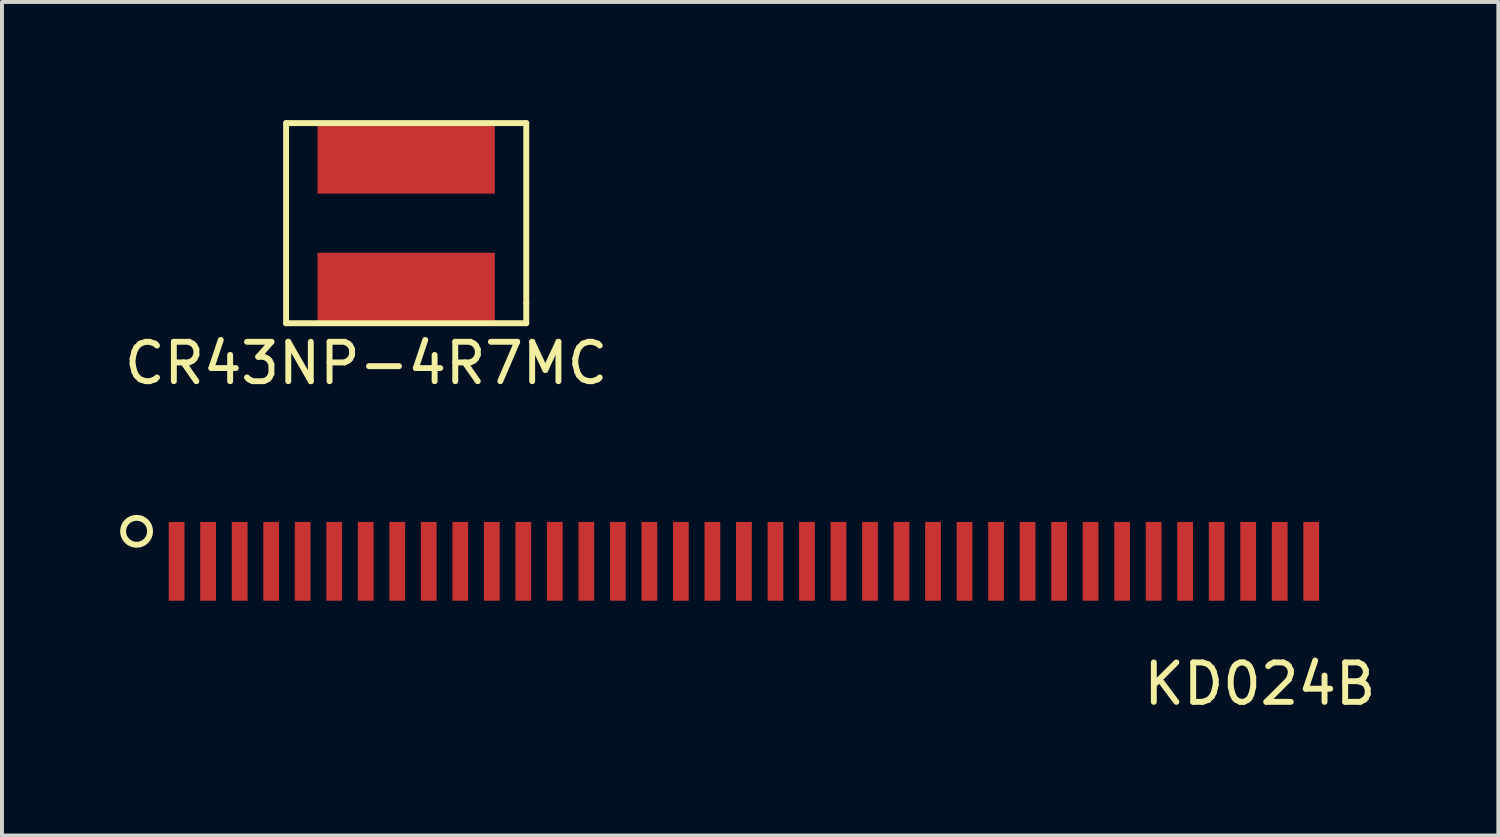
<source format=kicad_pcb>
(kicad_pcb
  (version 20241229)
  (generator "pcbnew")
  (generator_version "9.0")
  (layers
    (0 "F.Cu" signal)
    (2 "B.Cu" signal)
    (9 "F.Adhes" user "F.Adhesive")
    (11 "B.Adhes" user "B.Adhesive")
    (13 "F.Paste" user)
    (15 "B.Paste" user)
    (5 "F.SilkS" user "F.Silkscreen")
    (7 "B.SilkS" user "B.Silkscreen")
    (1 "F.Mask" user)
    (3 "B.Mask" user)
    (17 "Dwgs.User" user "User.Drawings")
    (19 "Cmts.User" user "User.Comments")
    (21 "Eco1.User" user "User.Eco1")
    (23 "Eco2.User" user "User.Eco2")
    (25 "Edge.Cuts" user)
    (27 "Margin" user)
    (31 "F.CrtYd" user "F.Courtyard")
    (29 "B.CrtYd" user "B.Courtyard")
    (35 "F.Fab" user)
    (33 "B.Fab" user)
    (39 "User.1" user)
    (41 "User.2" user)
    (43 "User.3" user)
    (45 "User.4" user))
  (footprint "KD024B"
    (layer "F.Cu")
    (at 15.403 11.135)
    (property "Reference" "KD024B" (at 13.525 3.175 0) (layer "F.SilkS") (effects (font (size 1 1) (thickness 0.15))))
    (attr through_hole)
    (fp_circle (center -14.986 -0.699) (end -14.668 -0.826) (stroke (width 0.15) (type solid)) (fill no) (layer "F.SilkS"))
    (pad "1" smd rect (at -13.97 0.064) (size 0.4 2) (layers "F.Cu" "F.Mask" "F.Paste"))
    (pad "2" smd rect (at -13.17 0.064) (size 0.4 2) (layers "F.Cu" "F.Mask" "F.Paste"))
    (pad "3" smd rect (at -12.37 0.064) (size 0.4 2) (layers "F.Cu" "F.Mask" "F.Paste"))
    (pad "4" smd rect (at -11.57 0.064) (size 0.4 2) (layers "F.Cu" "F.Mask" "F.Paste"))
    (pad "5" smd rect (at -10.77 0.064) (size 0.4 2) (layers "F.Cu" "F.Mask" "F.Paste"))
    (pad "6" smd rect (at -9.97 0.064) (size 0.4 2) (layers "F.Cu" "F.Mask" "F.Paste"))
    (pad "7" smd rect (at -9.17 0.064) (size 0.4 2) (layers "F.Cu" "F.Mask" "F.Paste"))
    (pad "8" smd rect (at -8.37 0.064) (size 0.4 2) (layers "F.Cu" "F.Mask" "F.Paste"))
    (pad "9" smd rect (at -7.57 0.064) (size 0.4 2) (layers "F.Cu" "F.Mask" "F.Paste"))
    (pad "10" smd rect (at -6.77 0.064) (size 0.4 2) (layers "F.Cu" "F.Mask" "F.Paste"))
    (pad "11" smd rect (at -5.97 0.064) (size 0.4 2) (layers "F.Cu" "F.Mask" "F.Paste"))
    (pad "12" smd rect (at -5.17 0.064) (size 0.4 2) (layers "F.Cu" "F.Mask" "F.Paste"))
    (pad "13" smd rect (at -4.37 0.064) (size 0.4 2) (layers "F.Cu" "F.Mask" "F.Paste"))
    (pad "14" smd rect (at -3.57 0.064) (size 0.4 2) (layers "F.Cu" "F.Mask" "F.Paste"))
    (pad "15" smd rect (at -2.77 0.064) (size 0.4 2) (layers "F.Cu" "F.Mask" "F.Paste"))
    (pad "16" smd rect (at -1.97 0.064) (size 0.4 2) (layers "F.Cu" "F.Mask" "F.Paste"))
    (pad "17" smd rect (at -1.17 0.064) (size 0.4 2) (layers "F.Cu" "F.Mask" "F.Paste"))
    (pad "18" smd rect (at -0.37 0.064) (size 0.4 2) (layers "F.Cu" "F.Mask" "F.Paste"))
    (pad "19" smd rect (at 0.43 0.064) (size 0.4 2) (layers "F.Cu" "F.Mask" "F.Paste"))
    (pad "20" smd rect (at 1.23 0.064) (size 0.4 2) (layers "F.Cu" "F.Mask" "F.Paste"))
    (pad "21" smd rect (at 2.03 0.064) (size 0.4 2) (layers "F.Cu" "F.Mask" "F.Paste"))
    (pad "22" smd rect (at 2.83 0.064) (size 0.4 2) (layers "F.Cu" "F.Mask" "F.Paste"))
    (pad "23" smd rect (at 3.63 0.064) (size 0.4 2) (layers "F.Cu" "F.Mask" "F.Paste"))
    (pad "24" smd rect (at 4.43 0.064) (size 0.4 2) (layers "F.Cu" "F.Mask" "F.Paste"))
    (pad "25" smd rect (at 5.23 0.064) (size 0.4 2) (layers "F.Cu" "F.Mask" "F.Paste"))
    (pad "26" smd rect (at 6.03 0.064) (size 0.4 2) (layers "F.Cu" "F.Mask" "F.Paste"))
    (pad "27" smd rect (at 6.83 0.064) (size 0.4 2) (layers "F.Cu" "F.Mask" "F.Paste"))
    (pad "28" smd rect (at 7.63 0.064) (size 0.4 2) (layers "F.Cu" "F.Mask" "F.Paste"))
    (pad "29" smd rect (at 8.43 0.064) (size 0.4 2) (layers "F.Cu" "F.Mask" "F.Paste"))
    (pad "30" smd rect (at 9.23 0.064) (size 0.4 2) (layers "F.Cu" "F.Mask" "F.Paste"))
    (pad "31" smd rect (at 10.03 0.064) (size 0.4 2) (layers "F.Cu" "F.Mask" "F.Paste"))
    (pad "32" smd rect (at 10.83 0.064) (size 0.4 2) (layers "F.Cu" "F.Mask" "F.Paste"))
    (pad "33" smd rect (at 11.63 0.064) (size 0.4 2) (layers "F.Cu" "F.Mask" "F.Paste"))
    (pad "34" smd rect (at 12.43 0.064) (size 0.4 2) (layers "F.Cu" "F.Mask" "F.Paste"))
    (pad "35" smd rect (at 13.23 0.064) (size 0.4 2) (layers "F.Cu" "F.Mask" "F.Paste"))
    (pad "36" smd rect (at 14.03 0.064) (size 0.4 2) (layers "F.Cu" "F.Mask" "F.Paste"))
    (pad "37" smd rect (at 14.83 0.064) (size 0.4 2) (layers "F.Cu" "F.Mask" "F.Paste")))
  (footprint "CR43NP-4R7MC"
    (layer "F.Cu")
    (at 7.26 2.615)
    (property "Reference" "CR43NP-4R7MC" (at -1.016 3.556 0) (layer "F.SilkS") (effects (font (size 1 1) (thickness 0.15))))
    (attr through_hole)
    (fp_line (start -3.048 -2.54) (end -3.048 2.54) (stroke (width 0.15) (type solid)) (layer "F.SilkS"))
    (fp_line (start -3.048 -2.54) (end 3.048 -2.54) (stroke (width 0.15) (type solid)) (layer "F.SilkS"))
    (fp_line (start -3.048 2.54) (end 3.048 2.54) (stroke (width 0.15) (type solid)) (layer "F.SilkS"))
    (fp_line (start 3.048 -2.54) (end 3.048 2.032) (stroke (width 0.15) (type solid)) (layer "F.SilkS"))
    (fp_line (start 3.048 2.032) (end 3.048 2.54) (stroke (width 0.15) (type solid)) (layer "F.SilkS"))
    (pad "1" smd rect (at 0 -1.625) (size 4.5 1.75) (layers "F.Cu" "F.Mask" "F.Paste"))
    (pad "2" smd rect (at 0 1.625) (size 4.5 1.75) (layers "F.Cu" "F.Mask" "F.Paste")))
  (gr_rect
    (start -3 -3)
    (end 34.982 18.158)
    (stroke (width 0.1) (type default))
    (fill no)
    (layer "Edge.Cuts")))
</source>
